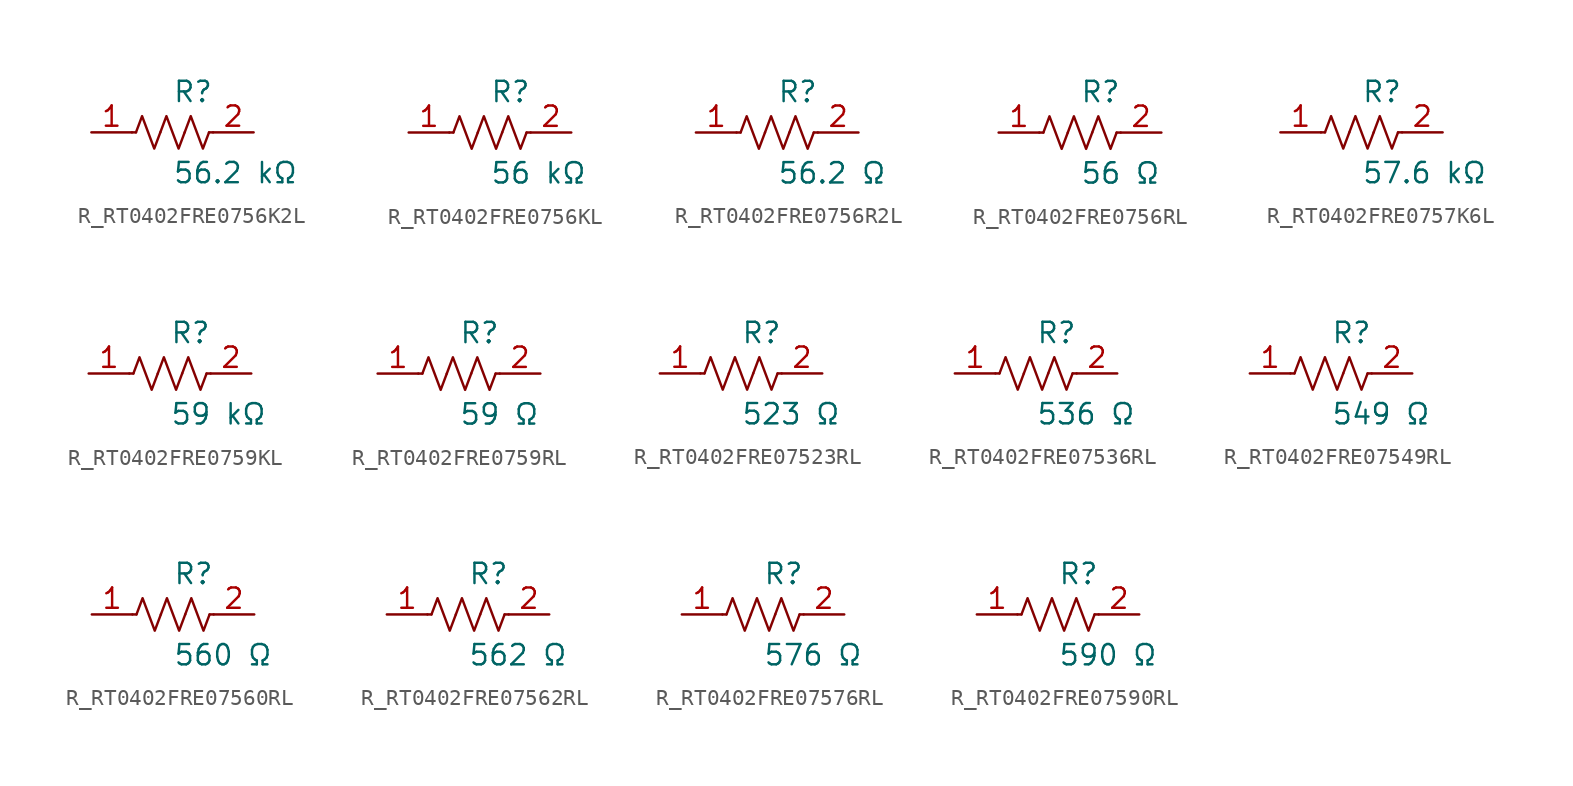
<source format=kicad_sym>
(kicad_symbol_lib
  (version 20231120)
  (generator kicad_symbol_editor)
  (generator_version 8.0)
  (symbol "R_RT0402FRE0756K2L"
    (pin_names
      (offset 0.254))
    (property "Reference" "R"
      (at 0.0 2.54 0)
      (effects (font (size 1.27 1.27)) (justify left)))
    (property "Value" "56.2 kΩ"
      (at 0.0 -2.54 0)
      (effects (font (size 1.27 1.27)) (justify left)))
    (symbol "R_RT0402FRE0756K2L_0_1"
      (polyline (pts (xy 2.286 0) (xy 2.54 0)) (stroke (width 0) (type default)) (fill (type none)))
      (polyline (pts (xy -2.286 0) (xy -2.54 0)) (stroke (width 0) (type default)) (fill (type none)))
      (polyline (pts (xy 0.762 0) (xy 1.143 1.016) (xy 1.524 0) (xy 1.905 -1.016) (xy 2.286 0)) (stroke (width 0) (type default)) (fill (type none)))
      (polyline (pts (xy -0.762 0) (xy -0.381 1.016) (xy 0 0) (xy 0.381 -1.016) (xy 0.762 0)) (stroke (width 0) (type default)) (fill (type none)))
      (polyline (pts (xy -2.286 0) (xy -1.905 1.016) (xy -1.524 0) (xy -1.143 -1.016) (xy -0.762 0)) (stroke (width 0) (type default)) (fill (type none))))
    (pin unspecified line
      (at -5.08 0 0)
      (length 2.54)
      (name "" (effects (font (size 1.27 1.27))))
      (number "1" (effects (font (size 1.27 1.27)))))
    (pin unspecified line
      (at 5.08 0 180)
      (length 2.54)
      (name "" (effects (font (size 1.27 1.27))))
      (number "2" (effects (font (size 1.27 1.27))))))
  (symbol "R_RT0402FRE0756KL"
    (pin_names
      (offset 0.254))
    (property "Reference" "R"
      (at 0.0 2.54 0)
      (effects (font (size 1.27 1.27)) (justify left)))
    (property "Value" "56 kΩ"
      (at 0.0 -2.54 0)
      (effects (font (size 1.27 1.27)) (justify left)))
    (symbol "R_RT0402FRE0756KL_0_1"
      (polyline (pts (xy 2.286 0) (xy 2.54 0)) (stroke (width 0) (type default)) (fill (type none)))
      (polyline (pts (xy -2.286 0) (xy -2.54 0)) (stroke (width 0) (type default)) (fill (type none)))
      (polyline (pts (xy 0.762 0) (xy 1.143 1.016) (xy 1.524 0) (xy 1.905 -1.016) (xy 2.286 0)) (stroke (width 0) (type default)) (fill (type none)))
      (polyline (pts (xy -0.762 0) (xy -0.381 1.016) (xy 0 0) (xy 0.381 -1.016) (xy 0.762 0)) (stroke (width 0) (type default)) (fill (type none)))
      (polyline (pts (xy -2.286 0) (xy -1.905 1.016) (xy -1.524 0) (xy -1.143 -1.016) (xy -0.762 0)) (stroke (width 0) (type default)) (fill (type none))))
    (pin unspecified line
      (at -5.08 0 0)
      (length 2.54)
      (name "" (effects (font (size 1.27 1.27))))
      (number "1" (effects (font (size 1.27 1.27)))))
    (pin unspecified line
      (at 5.08 0 180)
      (length 2.54)
      (name "" (effects (font (size 1.27 1.27))))
      (number "2" (effects (font (size 1.27 1.27))))))
  (symbol "R_RT0402FRE0756R2L"
    (pin_names
      (offset 0.254))
    (property "Reference" "R"
      (at 0.0 2.54 0)
      (effects (font (size 1.27 1.27)) (justify left)))
    (property "Value" "56.2 Ω"
      (at 0.0 -2.54 0)
      (effects (font (size 1.27 1.27)) (justify left)))
    (symbol "R_RT0402FRE0756R2L_0_1"
      (polyline (pts (xy 2.286 0) (xy 2.54 0)) (stroke (width 0) (type default)) (fill (type none)))
      (polyline (pts (xy -2.286 0) (xy -2.54 0)) (stroke (width 0) (type default)) (fill (type none)))
      (polyline (pts (xy 0.762 0) (xy 1.143 1.016) (xy 1.524 0) (xy 1.905 -1.016) (xy 2.286 0)) (stroke (width 0) (type default)) (fill (type none)))
      (polyline (pts (xy -0.762 0) (xy -0.381 1.016) (xy 0 0) (xy 0.381 -1.016) (xy 0.762 0)) (stroke (width 0) (type default)) (fill (type none)))
      (polyline (pts (xy -2.286 0) (xy -1.905 1.016) (xy -1.524 0) (xy -1.143 -1.016) (xy -0.762 0)) (stroke (width 0) (type default)) (fill (type none))))
    (pin unspecified line
      (at -5.08 0 0)
      (length 2.54)
      (name "" (effects (font (size 1.27 1.27))))
      (number "1" (effects (font (size 1.27 1.27)))))
    (pin unspecified line
      (at 5.08 0 180)
      (length 2.54)
      (name "" (effects (font (size 1.27 1.27))))
      (number "2" (effects (font (size 1.27 1.27))))))
  (symbol "R_RT0402FRE0756RL"
    (pin_names
      (offset 0.254))
    (property "Reference" "R"
      (at 0.0 2.54 0)
      (effects (font (size 1.27 1.27)) (justify left)))
    (property "Value" "56 Ω"
      (at 0.0 -2.54 0)
      (effects (font (size 1.27 1.27)) (justify left)))
    (symbol "R_RT0402FRE0756RL_0_1"
      (polyline (pts (xy 2.286 0) (xy 2.54 0)) (stroke (width 0) (type default)) (fill (type none)))
      (polyline (pts (xy -2.286 0) (xy -2.54 0)) (stroke (width 0) (type default)) (fill (type none)))
      (polyline (pts (xy 0.762 0) (xy 1.143 1.016) (xy 1.524 0) (xy 1.905 -1.016) (xy 2.286 0)) (stroke (width 0) (type default)) (fill (type none)))
      (polyline (pts (xy -0.762 0) (xy -0.381 1.016) (xy 0 0) (xy 0.381 -1.016) (xy 0.762 0)) (stroke (width 0) (type default)) (fill (type none)))
      (polyline (pts (xy -2.286 0) (xy -1.905 1.016) (xy -1.524 0) (xy -1.143 -1.016) (xy -0.762 0)) (stroke (width 0) (type default)) (fill (type none))))
    (pin unspecified line
      (at -5.08 0 0)
      (length 2.54)
      (name "" (effects (font (size 1.27 1.27))))
      (number "1" (effects (font (size 1.27 1.27)))))
    (pin unspecified line
      (at 5.08 0 180)
      (length 2.54)
      (name "" (effects (font (size 1.27 1.27))))
      (number "2" (effects (font (size 1.27 1.27))))))
  (symbol "R_RT0402FRE0757K6L"
    (pin_names
      (offset 0.254))
    (property "Reference" "R"
      (at 0.0 2.54 0)
      (effects (font (size 1.27 1.27)) (justify left)))
    (property "Value" "57.6 kΩ"
      (at 0.0 -2.54 0)
      (effects (font (size 1.27 1.27)) (justify left)))
    (symbol "R_RT0402FRE0757K6L_0_1"
      (polyline (pts (xy 2.286 0) (xy 2.54 0)) (stroke (width 0) (type default)) (fill (type none)))
      (polyline (pts (xy -2.286 0) (xy -2.54 0)) (stroke (width 0) (type default)) (fill (type none)))
      (polyline (pts (xy 0.762 0) (xy 1.143 1.016) (xy 1.524 0) (xy 1.905 -1.016) (xy 2.286 0)) (stroke (width 0) (type default)) (fill (type none)))
      (polyline (pts (xy -0.762 0) (xy -0.381 1.016) (xy 0 0) (xy 0.381 -1.016) (xy 0.762 0)) (stroke (width 0) (type default)) (fill (type none)))
      (polyline (pts (xy -2.286 0) (xy -1.905 1.016) (xy -1.524 0) (xy -1.143 -1.016) (xy -0.762 0)) (stroke (width 0) (type default)) (fill (type none))))
    (pin unspecified line
      (at -5.08 0 0)
      (length 2.54)
      (name "" (effects (font (size 1.27 1.27))))
      (number "1" (effects (font (size 1.27 1.27)))))
    (pin unspecified line
      (at 5.08 0 180)
      (length 2.54)
      (name "" (effects (font (size 1.27 1.27))))
      (number "2" (effects (font (size 1.27 1.27))))))
  (symbol "R_RT0402FRE0759KL"
    (pin_names
      (offset 0.254))
    (property "Reference" "R"
      (at 0.0 2.54 0)
      (effects (font (size 1.27 1.27)) (justify left)))
    (property "Value" "59 kΩ"
      (at 0.0 -2.54 0)
      (effects (font (size 1.27 1.27)) (justify left)))
    (symbol "R_RT0402FRE0759KL_0_1"
      (polyline (pts (xy 2.286 0) (xy 2.54 0)) (stroke (width 0) (type default)) (fill (type none)))
      (polyline (pts (xy -2.286 0) (xy -2.54 0)) (stroke (width 0) (type default)) (fill (type none)))
      (polyline (pts (xy 0.762 0) (xy 1.143 1.016) (xy 1.524 0) (xy 1.905 -1.016) (xy 2.286 0)) (stroke (width 0) (type default)) (fill (type none)))
      (polyline (pts (xy -0.762 0) (xy -0.381 1.016) (xy 0 0) (xy 0.381 -1.016) (xy 0.762 0)) (stroke (width 0) (type default)) (fill (type none)))
      (polyline (pts (xy -2.286 0) (xy -1.905 1.016) (xy -1.524 0) (xy -1.143 -1.016) (xy -0.762 0)) (stroke (width 0) (type default)) (fill (type none))))
    (pin unspecified line
      (at -5.08 0 0)
      (length 2.54)
      (name "" (effects (font (size 1.27 1.27))))
      (number "1" (effects (font (size 1.27 1.27)))))
    (pin unspecified line
      (at 5.08 0 180)
      (length 2.54)
      (name "" (effects (font (size 1.27 1.27))))
      (number "2" (effects (font (size 1.27 1.27))))))
  (symbol "R_RT0402FRE0759RL"
    (pin_names
      (offset 0.254))
    (property "Reference" "R"
      (at 0.0 2.54 0)
      (effects (font (size 1.27 1.27)) (justify left)))
    (property "Value" "59 Ω"
      (at 0.0 -2.54 0)
      (effects (font (size 1.27 1.27)) (justify left)))
    (symbol "R_RT0402FRE0759RL_0_1"
      (polyline (pts (xy 2.286 0) (xy 2.54 0)) (stroke (width 0) (type default)) (fill (type none)))
      (polyline (pts (xy -2.286 0) (xy -2.54 0)) (stroke (width 0) (type default)) (fill (type none)))
      (polyline (pts (xy 0.762 0) (xy 1.143 1.016) (xy 1.524 0) (xy 1.905 -1.016) (xy 2.286 0)) (stroke (width 0) (type default)) (fill (type none)))
      (polyline (pts (xy -0.762 0) (xy -0.381 1.016) (xy 0 0) (xy 0.381 -1.016) (xy 0.762 0)) (stroke (width 0) (type default)) (fill (type none)))
      (polyline (pts (xy -2.286 0) (xy -1.905 1.016) (xy -1.524 0) (xy -1.143 -1.016) (xy -0.762 0)) (stroke (width 0) (type default)) (fill (type none))))
    (pin unspecified line
      (at -5.08 0 0)
      (length 2.54)
      (name "" (effects (font (size 1.27 1.27))))
      (number "1" (effects (font (size 1.27 1.27)))))
    (pin unspecified line
      (at 5.08 0 180)
      (length 2.54)
      (name "" (effects (font (size 1.27 1.27))))
      (number "2" (effects (font (size 1.27 1.27))))))
  (symbol "R_RT0402FRE07523RL"
    (pin_names
      (offset 0.254))
    (property "Reference" "R"
      (at 0.0 2.54 0)
      (effects (font (size 1.27 1.27)) (justify left)))
    (property "Value" "523 Ω"
      (at 0.0 -2.54 0)
      (effects (font (size 1.27 1.27)) (justify left)))
    (symbol "R_RT0402FRE07523RL_0_1"
      (polyline (pts (xy 2.286 0) (xy 2.54 0)) (stroke (width 0) (type default)) (fill (type none)))
      (polyline (pts (xy -2.286 0) (xy -2.54 0)) (stroke (width 0) (type default)) (fill (type none)))
      (polyline (pts (xy 0.762 0) (xy 1.143 1.016) (xy 1.524 0) (xy 1.905 -1.016) (xy 2.286 0)) (stroke (width 0) (type default)) (fill (type none)))
      (polyline (pts (xy -0.762 0) (xy -0.381 1.016) (xy 0 0) (xy 0.381 -1.016) (xy 0.762 0)) (stroke (width 0) (type default)) (fill (type none)))
      (polyline (pts (xy -2.286 0) (xy -1.905 1.016) (xy -1.524 0) (xy -1.143 -1.016) (xy -0.762 0)) (stroke (width 0) (type default)) (fill (type none))))
    (pin unspecified line
      (at -5.08 0 0)
      (length 2.54)
      (name "" (effects (font (size 1.27 1.27))))
      (number "1" (effects (font (size 1.27 1.27)))))
    (pin unspecified line
      (at 5.08 0 180)
      (length 2.54)
      (name "" (effects (font (size 1.27 1.27))))
      (number "2" (effects (font (size 1.27 1.27))))))
  (symbol "R_RT0402FRE07536RL"
    (pin_names
      (offset 0.254))
    (property "Reference" "R"
      (at 0.0 2.54 0)
      (effects (font (size 1.27 1.27)) (justify left)))
    (property "Value" "536 Ω"
      (at 0.0 -2.54 0)
      (effects (font (size 1.27 1.27)) (justify left)))
    (symbol "R_RT0402FRE07536RL_0_1"
      (polyline (pts (xy 2.286 0) (xy 2.54 0)) (stroke (width 0) (type default)) (fill (type none)))
      (polyline (pts (xy -2.286 0) (xy -2.54 0)) (stroke (width 0) (type default)) (fill (type none)))
      (polyline (pts (xy 0.762 0) (xy 1.143 1.016) (xy 1.524 0) (xy 1.905 -1.016) (xy 2.286 0)) (stroke (width 0) (type default)) (fill (type none)))
      (polyline (pts (xy -0.762 0) (xy -0.381 1.016) (xy 0 0) (xy 0.381 -1.016) (xy 0.762 0)) (stroke (width 0) (type default)) (fill (type none)))
      (polyline (pts (xy -2.286 0) (xy -1.905 1.016) (xy -1.524 0) (xy -1.143 -1.016) (xy -0.762 0)) (stroke (width 0) (type default)) (fill (type none))))
    (pin unspecified line
      (at -5.08 0 0)
      (length 2.54)
      (name "" (effects (font (size 1.27 1.27))))
      (number "1" (effects (font (size 1.27 1.27)))))
    (pin unspecified line
      (at 5.08 0 180)
      (length 2.54)
      (name "" (effects (font (size 1.27 1.27))))
      (number "2" (effects (font (size 1.27 1.27))))))
  (symbol "R_RT0402FRE07549RL"
    (pin_names
      (offset 0.254))
    (property "Reference" "R"
      (at 0.0 2.54 0)
      (effects (font (size 1.27 1.27)) (justify left)))
    (property "Value" "549 Ω"
      (at 0.0 -2.54 0)
      (effects (font (size 1.27 1.27)) (justify left)))
    (symbol "R_RT0402FRE07549RL_0_1"
      (polyline (pts (xy 2.286 0) (xy 2.54 0)) (stroke (width 0) (type default)) (fill (type none)))
      (polyline (pts (xy -2.286 0) (xy -2.54 0)) (stroke (width 0) (type default)) (fill (type none)))
      (polyline (pts (xy 0.762 0) (xy 1.143 1.016) (xy 1.524 0) (xy 1.905 -1.016) (xy 2.286 0)) (stroke (width 0) (type default)) (fill (type none)))
      (polyline (pts (xy -0.762 0) (xy -0.381 1.016) (xy 0 0) (xy 0.381 -1.016) (xy 0.762 0)) (stroke (width 0) (type default)) (fill (type none)))
      (polyline (pts (xy -2.286 0) (xy -1.905 1.016) (xy -1.524 0) (xy -1.143 -1.016) (xy -0.762 0)) (stroke (width 0) (type default)) (fill (type none))))
    (pin unspecified line
      (at -5.08 0 0)
      (length 2.54)
      (name "" (effects (font (size 1.27 1.27))))
      (number "1" (effects (font (size 1.27 1.27)))))
    (pin unspecified line
      (at 5.08 0 180)
      (length 2.54)
      (name "" (effects (font (size 1.27 1.27))))
      (number "2" (effects (font (size 1.27 1.27))))))
  (symbol "R_RT0402FRE07560RL"
    (pin_names
      (offset 0.254))
    (property "Reference" "R"
      (at 0.0 2.54 0)
      (effects (font (size 1.27 1.27)) (justify left)))
    (property "Value" "560 Ω"
      (at 0.0 -2.54 0)
      (effects (font (size 1.27 1.27)) (justify left)))
    (symbol "R_RT0402FRE07560RL_0_1"
      (polyline (pts (xy 2.286 0) (xy 2.54 0)) (stroke (width 0) (type default)) (fill (type none)))
      (polyline (pts (xy -2.286 0) (xy -2.54 0)) (stroke (width 0) (type default)) (fill (type none)))
      (polyline (pts (xy 0.762 0) (xy 1.143 1.016) (xy 1.524 0) (xy 1.905 -1.016) (xy 2.286 0)) (stroke (width 0) (type default)) (fill (type none)))
      (polyline (pts (xy -0.762 0) (xy -0.381 1.016) (xy 0 0) (xy 0.381 -1.016) (xy 0.762 0)) (stroke (width 0) (type default)) (fill (type none)))
      (polyline (pts (xy -2.286 0) (xy -1.905 1.016) (xy -1.524 0) (xy -1.143 -1.016) (xy -0.762 0)) (stroke (width 0) (type default)) (fill (type none))))
    (pin unspecified line
      (at -5.08 0 0)
      (length 2.54)
      (name "" (effects (font (size 1.27 1.27))))
      (number "1" (effects (font (size 1.27 1.27)))))
    (pin unspecified line
      (at 5.08 0 180)
      (length 2.54)
      (name "" (effects (font (size 1.27 1.27))))
      (number "2" (effects (font (size 1.27 1.27))))))
  (symbol "R_RT0402FRE07562RL"
    (pin_names
      (offset 0.254))
    (property "Reference" "R"
      (at 0.0 2.54 0)
      (effects (font (size 1.27 1.27)) (justify left)))
    (property "Value" "562 Ω"
      (at 0.0 -2.54 0)
      (effects (font (size 1.27 1.27)) (justify left)))
    (symbol "R_RT0402FRE07562RL_0_1"
      (polyline (pts (xy 2.286 0) (xy 2.54 0)) (stroke (width 0) (type default)) (fill (type none)))
      (polyline (pts (xy -2.286 0) (xy -2.54 0)) (stroke (width 0) (type default)) (fill (type none)))
      (polyline (pts (xy 0.762 0) (xy 1.143 1.016) (xy 1.524 0) (xy 1.905 -1.016) (xy 2.286 0)) (stroke (width 0) (type default)) (fill (type none)))
      (polyline (pts (xy -0.762 0) (xy -0.381 1.016) (xy 0 0) (xy 0.381 -1.016) (xy 0.762 0)) (stroke (width 0) (type default)) (fill (type none)))
      (polyline (pts (xy -2.286 0) (xy -1.905 1.016) (xy -1.524 0) (xy -1.143 -1.016) (xy -0.762 0)) (stroke (width 0) (type default)) (fill (type none))))
    (pin unspecified line
      (at -5.08 0 0)
      (length 2.54)
      (name "" (effects (font (size 1.27 1.27))))
      (number "1" (effects (font (size 1.27 1.27)))))
    (pin unspecified line
      (at 5.08 0 180)
      (length 2.54)
      (name "" (effects (font (size 1.27 1.27))))
      (number "2" (effects (font (size 1.27 1.27))))))
  (symbol "R_RT0402FRE07576RL"
    (pin_names
      (offset 0.254))
    (property "Reference" "R"
      (at 0.0 2.54 0)
      (effects (font (size 1.27 1.27)) (justify left)))
    (property "Value" "576 Ω"
      (at 0.0 -2.54 0)
      (effects (font (size 1.27 1.27)) (justify left)))
    (symbol "R_RT0402FRE07576RL_0_1"
      (polyline (pts (xy 2.286 0) (xy 2.54 0)) (stroke (width 0) (type default)) (fill (type none)))
      (polyline (pts (xy -2.286 0) (xy -2.54 0)) (stroke (width 0) (type default)) (fill (type none)))
      (polyline (pts (xy 0.762 0) (xy 1.143 1.016) (xy 1.524 0) (xy 1.905 -1.016) (xy 2.286 0)) (stroke (width 0) (type default)) (fill (type none)))
      (polyline (pts (xy -0.762 0) (xy -0.381 1.016) (xy 0 0) (xy 0.381 -1.016) (xy 0.762 0)) (stroke (width 0) (type default)) (fill (type none)))
      (polyline (pts (xy -2.286 0) (xy -1.905 1.016) (xy -1.524 0) (xy -1.143 -1.016) (xy -0.762 0)) (stroke (width 0) (type default)) (fill (type none))))
    (pin unspecified line
      (at -5.08 0 0)
      (length 2.54)
      (name "" (effects (font (size 1.27 1.27))))
      (number "1" (effects (font (size 1.27 1.27)))))
    (pin unspecified line
      (at 5.08 0 180)
      (length 2.54)
      (name "" (effects (font (size 1.27 1.27))))
      (number "2" (effects (font (size 1.27 1.27))))))
  (symbol "R_RT0402FRE07590RL"
    (pin_names
      (offset 0.254))
    (property "Reference" "R"
      (at 0.0 2.54 0)
      (effects (font (size 1.27 1.27)) (justify left)))
    (property "Value" "590 Ω"
      (at 0.0 -2.54 0)
      (effects (font (size 1.27 1.27)) (justify left)))
    (symbol "R_RT0402FRE07590RL_0_1"
      (polyline (pts (xy 2.286 0) (xy 2.54 0)) (stroke (width 0) (type default)) (fill (type none)))
      (polyline (pts (xy -2.286 0) (xy -2.54 0)) (stroke (width 0) (type default)) (fill (type none)))
      (polyline (pts (xy 0.762 0) (xy 1.143 1.016) (xy 1.524 0) (xy 1.905 -1.016) (xy 2.286 0)) (stroke (width 0) (type default)) (fill (type none)))
      (polyline (pts (xy -0.762 0) (xy -0.381 1.016) (xy 0 0) (xy 0.381 -1.016) (xy 0.762 0)) (stroke (width 0) (type default)) (fill (type none)))
      (polyline (pts (xy -2.286 0) (xy -1.905 1.016) (xy -1.524 0) (xy -1.143 -1.016) (xy -0.762 0)) (stroke (width 0) (type default)) (fill (type none))))
    (pin unspecified line
      (at -5.08 0 0)
      (length 2.54)
      (name "" (effects (font (size 1.27 1.27))))
      (number "1" (effects (font (size 1.27 1.27)))))
    (pin unspecified line
      (at 5.08 0 180)
      (length 2.54)
      (name "" (effects (font (size 1.27 1.27))))
      (number "2" (effects (font (size 1.27 1.27)))))))
</source>
